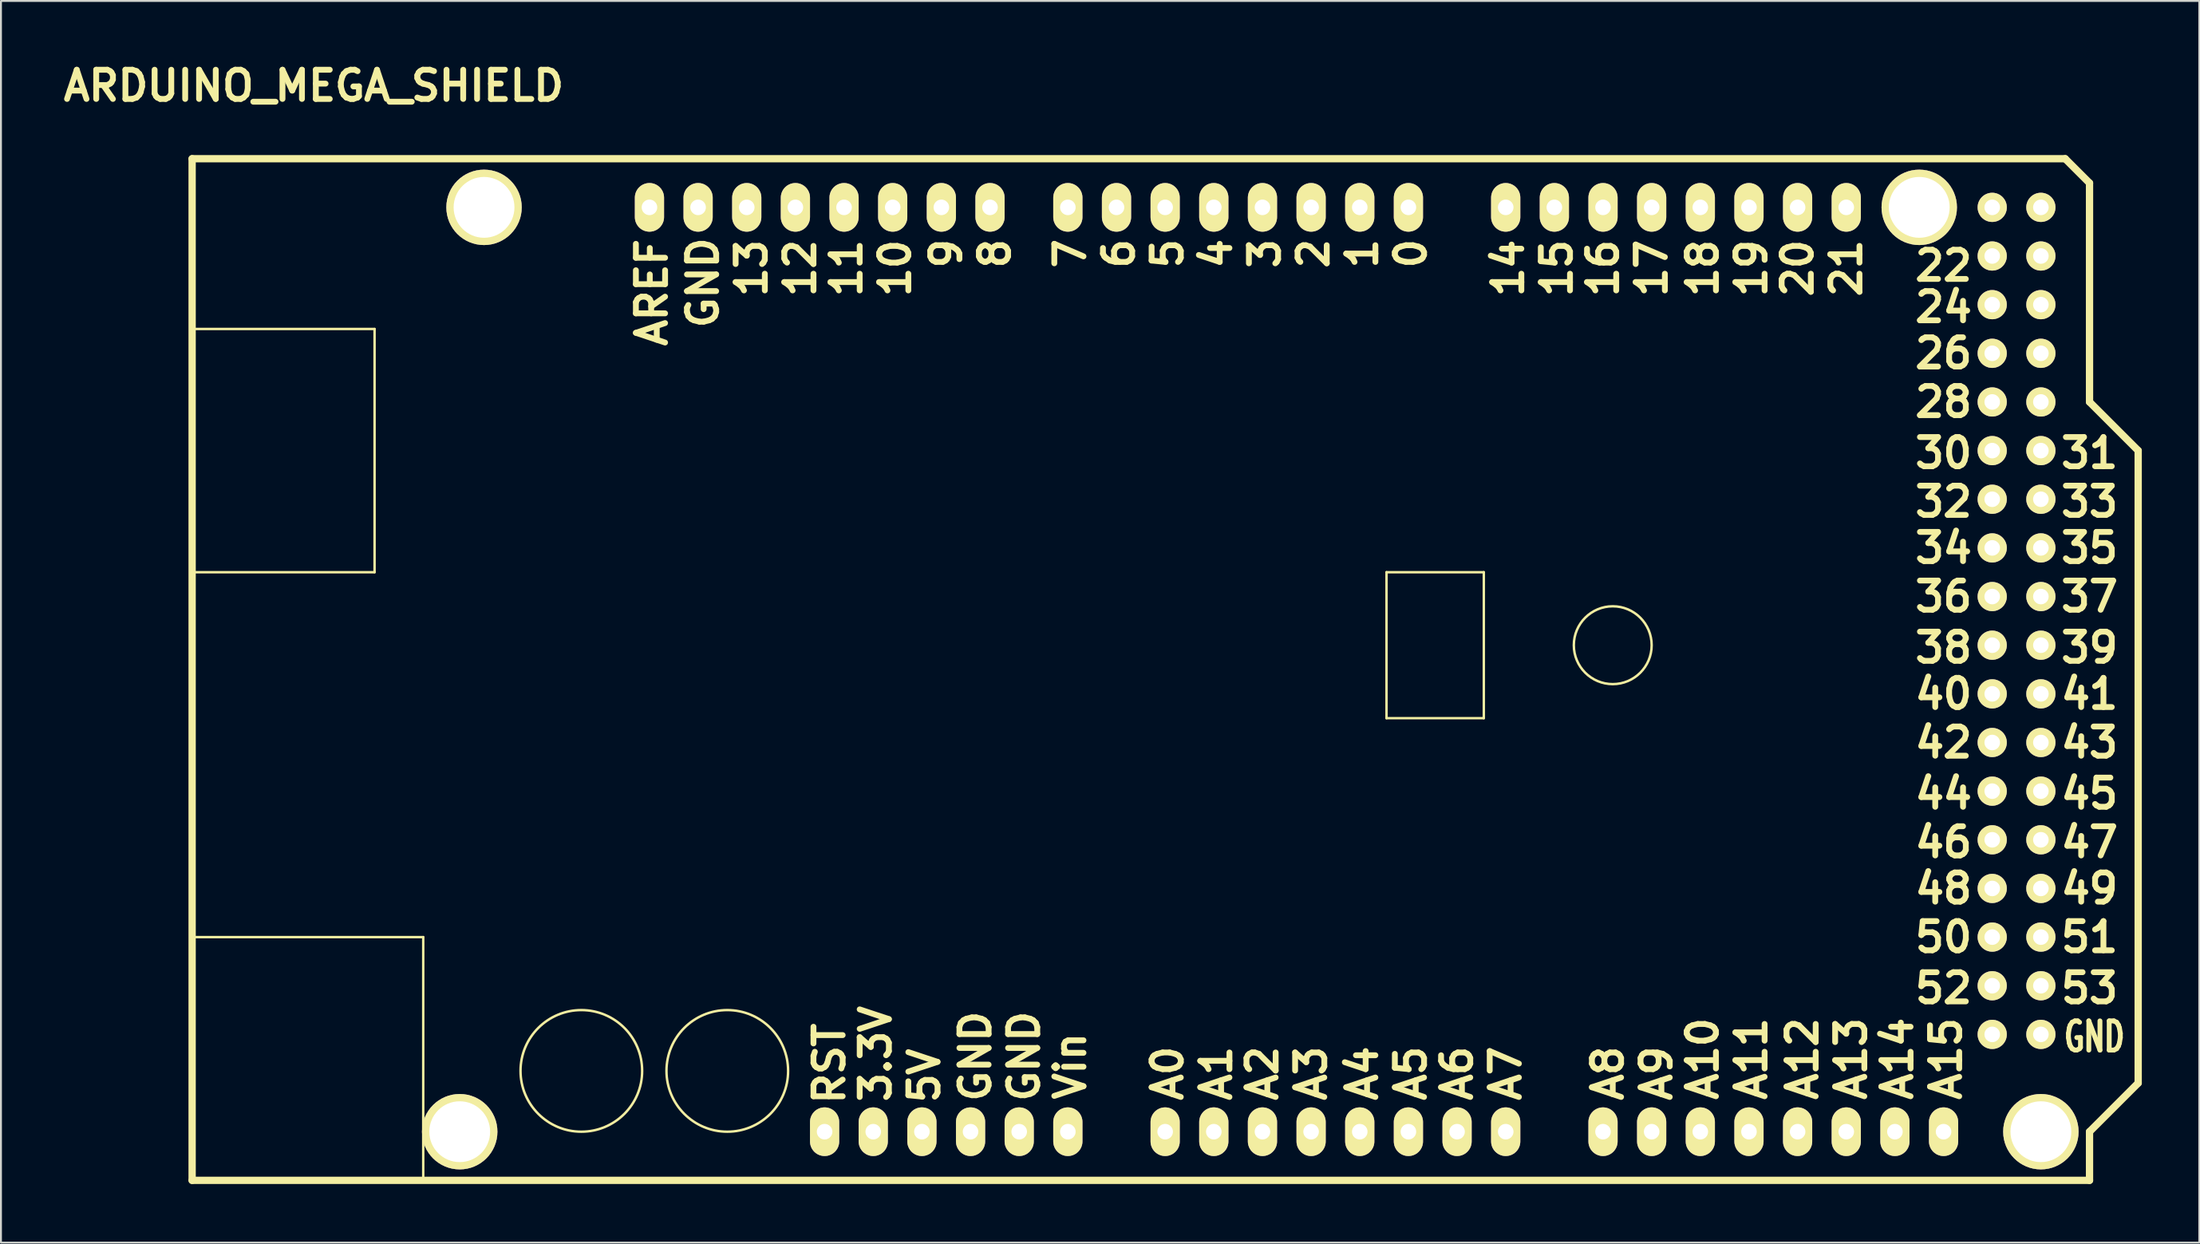
<source format=kicad_pcb>
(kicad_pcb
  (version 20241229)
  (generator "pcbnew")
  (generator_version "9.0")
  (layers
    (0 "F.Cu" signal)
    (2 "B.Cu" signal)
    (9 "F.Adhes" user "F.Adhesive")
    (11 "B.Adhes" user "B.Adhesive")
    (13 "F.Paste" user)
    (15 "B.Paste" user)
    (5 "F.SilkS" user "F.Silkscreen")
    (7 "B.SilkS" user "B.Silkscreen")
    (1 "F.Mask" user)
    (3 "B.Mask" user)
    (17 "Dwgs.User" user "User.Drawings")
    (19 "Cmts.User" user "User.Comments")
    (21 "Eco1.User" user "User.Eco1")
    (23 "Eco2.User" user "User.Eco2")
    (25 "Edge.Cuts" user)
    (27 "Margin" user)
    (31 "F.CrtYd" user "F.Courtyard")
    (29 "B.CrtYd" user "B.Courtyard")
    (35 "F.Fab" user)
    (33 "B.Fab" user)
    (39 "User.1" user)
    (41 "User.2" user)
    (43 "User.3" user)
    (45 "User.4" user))
  (footprint "ARDUINO_MEGA_SHIELD"
    (layer "F.Cu")
    (at 6.981 58.576)
    (property "Reference" "ARDUINO_MEGA_SHIELD" (at 6.35 -57.15 0) (layer "F.SilkS") (effects (font (size 1.524 1.524) (thickness 0.305))))
    (attr through_hole)
    (fp_line (start 0 -44.45) (end 9.525 -44.45) (stroke (width 0.127) (type solid)) (layer "F.SilkS"))
    (fp_line (start 0 -12.7) (end 12.065 -12.7) (stroke (width 0.127) (type solid)) (layer "F.SilkS"))
    (fp_line (start 0 0) (end 0 -53.34) (stroke (width 0.381) (type solid)) (layer "F.SilkS"))
    (fp_line (start 9.525 -44.45) (end 9.525 -31.75) (stroke (width 0.127) (type solid)) (layer "F.SilkS"))
    (fp_line (start 9.525 -31.75) (end 0 -31.75) (stroke (width 0.127) (type solid)) (layer "F.SilkS"))
    (fp_line (start 12.065 -12.7) (end 12.065 0) (stroke (width 0.127) (type solid)) (layer "F.SilkS"))
    (fp_line (start 62.357 -31.75) (end 62.357 -24.13) (stroke (width 0.127) (type solid)) (layer "F.SilkS"))
    (fp_line (start 62.357 -24.13) (end 67.437 -24.13) (stroke (width 0.127) (type solid)) (layer "F.SilkS"))
    (fp_line (start 67.437 -31.75) (end 62.357 -31.75) (stroke (width 0.127) (type solid)) (layer "F.SilkS"))
    (fp_line (start 67.437 -24.13) (end 67.437 -31.75) (stroke (width 0.127) (type solid)) (layer "F.SilkS"))
    (fp_line (start 97.79 -53.34) (end 0 -53.34) (stroke (width 0.381) (type solid)) (layer "F.SilkS"))
    (fp_line (start 99.06 -52.07) (end 97.79 -53.34) (stroke (width 0.381) (type solid)) (layer "F.SilkS"))
    (fp_line (start 99.06 -40.64) (end 99.06 -52.07) (stroke (width 0.381) (type solid)) (layer "F.SilkS"))
    (fp_line (start 99.06 -40.64) (end 101.6 -38.1) (stroke (width 0.381) (type solid)) (layer "F.SilkS"))
    (fp_line (start 99.06 -2.54) (end 99.06 0) (stroke (width 0.381) (type solid)) (layer "F.SilkS"))
    (fp_line (start 99.06 0) (end 0 0) (stroke (width 0.381) (type solid)) (layer "F.SilkS"))
    (fp_line (start 101.6 -38.1) (end 101.6 -5.08) (stroke (width 0.381) (type solid)) (layer "F.SilkS"))
    (fp_line (start 101.6 -5.08) (end 99.06 -2.54) (stroke (width 0.381) (type solid)) (layer "F.SilkS"))
    (fp_circle (center 20.32 -5.715) (end 23.495 -5.715) (stroke (width 0.127) (type solid)) (fill no) (layer "F.SilkS"))
    (fp_circle (center 27.94 -5.715) (end 31.115 -5.715) (stroke (width 0.127) (type solid)) (fill no) (layer "F.SilkS"))
    (fp_circle (center 74.168 -27.94) (end 76.2 -27.94) (stroke (width 0.127) (type solid)) (fill no) (layer "F.SilkS"))
    (fp_text user "13" (at 29.21 -47.625 90) (layer "F.SilkS") (effects (font (size 1.524 1.524) (thickness 0.305))))
    (fp_text user "A8" (at 73.914 -5.588 90) (layer "F.SilkS") (effects (font (size 1.524 1.524) (thickness 0.305))))
    (fp_text user "A15" (at 91.567 -6.35 90) (layer "F.SilkS") (effects (font (size 1.524 1.524) (thickness 0.305))))
    (fp_text user "38" (at 91.44 -27.813 0) (layer "F.SilkS") (effects (font (size 1.524 1.524) (thickness 0.305))))
    (fp_text user "12" (at 31.75 -47.625 90) (layer "F.SilkS") (effects (font (size 1.524 1.524) (thickness 0.305))))
    (fp_text user "40" (at 91.44 -25.4 0) (layer "F.SilkS") (effects (font (size 1.524 1.524) (thickness 0.305))))
    (fp_text user "49" (at 99.06 -15.24 0) (layer "F.SilkS") (effects (font (size 1.524 1.524) (thickness 0.305))))
    (fp_text user "14" (at 68.707 -47.625 90) (layer "F.SilkS") (effects (font (size 1.524 1.524) (thickness 0.305))))
    (fp_text user "51" (at 99.06 -12.7 0) (layer "F.SilkS") (effects (font (size 1.524 1.524) (thickness 0.305))))
    (fp_text user "16" (at 73.66 -47.625 90) (layer "F.SilkS") (effects (font (size 1.524 1.524) (thickness 0.305))))
    (fp_text user "34" (at 91.44 -33.02 0) (layer "F.SilkS") (effects (font (size 1.524 1.524) (thickness 0.305))))
    (fp_text user "A10" (at 78.867 -6.35 90) (layer "F.SilkS") (effects (font (size 1.524 1.524) (thickness 0.305))))
    (fp_text user "19" (at 81.407 -47.625 90) (layer "F.SilkS") (effects (font (size 1.524 1.524) (thickness 0.305))))
    (fp_text user "A3" (at 58.42 -5.588 90) (layer "F.SilkS") (effects (font (size 1.524 1.524) (thickness 0.305))))
    (fp_text user "A11" (at 81.407 -6.35 90) (layer "F.SilkS") (effects (font (size 1.524 1.524) (thickness 0.305))))
    (fp_text user "24" (at 91.44 -45.593 0) (layer "F.SilkS") (effects (font (size 1.524 1.524) (thickness 0.305))))
    (fp_text user "18" (at 78.867 -47.625 90) (layer "F.SilkS") (effects (font (size 1.524 1.524) (thickness 0.305))))
    (fp_text user "A7" (at 68.58 -5.588 90) (layer "F.SilkS") (effects (font (size 1.524 1.524) (thickness 0.305))))
    (fp_text user "43" (at 99.06 -22.86 0) (layer "F.SilkS") (effects (font (size 1.524 1.524) (thickness 0.305))))
    (fp_text user "6" (at 48.387 -48.387 90) (layer "F.SilkS") (effects (font (size 1.524 1.524) (thickness 0.305))))
    (fp_text user "A13" (at 86.614 -6.35 90) (layer "F.SilkS") (effects (font (size 1.524 1.524) (thickness 0.305))))
    (fp_text user "GND" (at 99.314 -7.493 0) (layer "F.SilkS") (effects (font (size 1.524 1.016) (thickness 0.254))))
    (fp_text user "A9" (at 76.454 -5.588 90) (layer "F.SilkS") (effects (font (size 1.524 1.524) (thickness 0.305))))
    (fp_text user "4" (at 53.467 -48.387 90) (layer "F.SilkS") (effects (font (size 1.524 1.524) (thickness 0.305))))
    (fp_text user "39" (at 99.06 -27.813 0) (layer "F.SilkS") (effects (font (size 1.524 1.524) (thickness 0.305))))
    (fp_text user "44" (at 91.44 -20.193 0) (layer "F.SilkS") (effects (font (size 1.524 1.524) (thickness 0.305))))
    (fp_text user "20" (at 83.82 -47.625 90) (layer "F.SilkS") (effects (font (size 1.524 1.524) (thickness 0.305))))
    (fp_text user "22" (at 91.44 -47.752 0) (layer "F.SilkS") (effects (font (size 1.524 1.524) (thickness 0.305))))
    (fp_text user "33" (at 99.06 -35.433 0) (layer "F.SilkS") (effects (font (size 1.524 1.524) (thickness 0.305))))
    (fp_text user "42" (at 91.44 -22.86 0) (layer "F.SilkS") (effects (font (size 1.524 1.524) (thickness 0.305))))
    (fp_text user "53" (at 99.06 -10.033 0) (layer "F.SilkS") (effects (font (size 1.524 1.524) (thickness 0.305))))
    (fp_text user "9" (at 39.37 -48.387 90) (layer "F.SilkS") (effects (font (size 1.524 1.524) (thickness 0.305))))
    (fp_text user "A1" (at 53.467 -5.588 90) (layer "F.SilkS") (effects (font (size 1.524 1.524) (thickness 0.305))))
    (fp_text user "50" (at 91.44 -12.7 0) (layer "F.SilkS") (effects (font (size 1.524 1.524) (thickness 0.305))))
    (fp_text user "31" (at 99.06 -37.973 0) (layer "F.SilkS") (effects (font (size 1.524 1.524) (thickness 0.305))))
    (fp_text user "32" (at 91.44 -35.433 0) (layer "F.SilkS") (effects (font (size 1.524 1.524) (thickness 0.305))))
    (fp_text user "2" (at 58.547 -48.387 90) (layer "F.SilkS") (effects (font (size 1.524 1.524) (thickness 0.305))))
    (fp_text user "15" (at 71.247 -47.625 90) (layer "F.SilkS") (effects (font (size 1.524 1.524) (thickness 0.305))))
    (fp_text user "45" (at 99.06 -20.193 0) (layer "F.SilkS") (effects (font (size 1.524 1.524) (thickness 0.305))))
    (fp_text user "GND" (at 26.67 -46.863 90) (layer "F.SilkS") (effects (font (size 1.524 1.524) (thickness 0.305))))
    (fp_text user "26" (at 91.44 -43.18 0) (layer "F.SilkS") (effects (font (size 1.524 1.524) (thickness 0.305))))
    (fp_text user "11" (at 34.163 -47.625 90) (layer "F.SilkS") (effects (font (size 1.524 1.524) (thickness 0.305))))
    (fp_text user "5" (at 50.927 -48.387 90) (layer "F.SilkS") (effects (font (size 1.524 1.524) (thickness 0.305))))
    (fp_text user "36" (at 91.44 -30.48 0) (layer "F.SilkS") (effects (font (size 1.524 1.524) (thickness 0.305))))
    (fp_text user "RST" (at 33.274 -6.096 90) (layer "F.SilkS") (effects (font (size 1.524 1.524) (thickness 0.305))))
    (fp_text user "28" (at 91.44 -40.64 0) (layer "F.SilkS") (effects (font (size 1.524 1.524) (thickness 0.305))))
    (fp_text user "A2" (at 55.88 -5.588 90) (layer "F.SilkS") (effects (font (size 1.524 1.524) (thickness 0.305))))
    (fp_text user "35" (at 99.06 -33.02 0) (layer "F.SilkS") (effects (font (size 1.524 1.524) (thickness 0.305))))
    (fp_text user "AREF" (at 24.003 -46.355 90) (layer "F.SilkS") (effects (font (size 1.524 1.524) (thickness 0.305))))
    (fp_text user "30" (at 91.44 -37.973 0) (layer "F.SilkS") (effects (font (size 1.524 1.524) (thickness 0.305))))
    (fp_text user "5V" (at 38.227 -5.461 90) (layer "F.SilkS") (effects (font (size 1.524 1.524) (thickness 0.305))))
    (fp_text user "GND" (at 43.434 -6.477 90) (layer "F.SilkS") (effects (font (size 1.524 1.524) (thickness 0.305))))
    (fp_text user "A4" (at 61.087 -5.588 90) (layer "F.SilkS") (effects (font (size 1.524 1.524) (thickness 0.305))))
    (fp_text user "8" (at 41.91 -48.387 90) (layer "F.SilkS") (effects (font (size 1.524 1.524) (thickness 0.305))))
    (fp_text user "37" (at 99.06 -30.48 0) (layer "F.SilkS") (effects (font (size 1.524 1.524) (thickness 0.305))))
    (fp_text user "GND" (at 40.894 -6.477 90) (layer "F.SilkS") (effects (font (size 1.524 1.524) (thickness 0.305))))
    (fp_text user "Vin" (at 45.847 -5.969 90) (layer "F.SilkS") (effects (font (size 1.524 1.524) (thickness 0.305))))
    (fp_text user "10" (at 36.703 -47.625 90) (layer "F.SilkS") (effects (font (size 1.524 1.524) (thickness 0.305))))
    (fp_text user "A12" (at 84.074 -6.35 90) (layer "F.SilkS") (effects (font (size 1.524 1.524) (thickness 0.305))))
    (fp_text user "A14" (at 89.027 -6.35 90) (layer "F.SilkS") (effects (font (size 1.524 1.524) (thickness 0.305))))
    (fp_text user "A0" (at 50.927 -5.588 90) (layer "F.SilkS") (effects (font (size 1.524 1.524) (thickness 0.305))))
    (fp_text user "7" (at 45.847 -48.387 90) (layer "F.SilkS") (effects (font (size 1.524 1.524) (thickness 0.305))))
    (fp_text user "47" (at 99.06 -17.653 0) (layer "F.SilkS") (effects (font (size 1.524 1.524) (thickness 0.305))))
    (fp_text user "0" (at 63.627 -48.387 90) (layer "F.SilkS") (effects (font (size 1.524 1.524) (thickness 0.305))))
    (fp_text user "A5" (at 63.627 -5.588 90) (layer "F.SilkS") (effects (font (size 1.524 1.524) (thickness 0.305))))
    (fp_text user "3" (at 56.007 -48.387 90) (layer "F.SilkS") (effects (font (size 1.524 1.524) (thickness 0.305))))
    (fp_text user "48" (at 91.44 -15.24 0) (layer "F.SilkS") (effects (font (size 1.524 1.524) (thickness 0.305))))
    (fp_text user "A6" (at 66.04 -5.588 90) (layer "F.SilkS") (effects (font (size 1.524 1.524) (thickness 0.305))))
    (fp_text user "17" (at 76.2 -47.625 90) (layer "F.SilkS") (effects (font (size 1.524 1.524) (thickness 0.305))))
    (fp_text user "1" (at 61.087 -48.387 90) (layer "F.SilkS") (effects (font (size 1.524 1.524) (thickness 0.305))))
    (fp_text user "21" (at 86.36 -47.625 90) (layer "F.SilkS") (effects (font (size 1.524 1.524) (thickness 0.305))))
    (fp_text user "3.3V" (at 35.687 -6.604 90) (layer "F.SilkS") (effects (font (size 1.524 1.524) (thickness 0.305))))
    (fp_text user "46" (at 91.44 -17.653 0) (layer "F.SilkS") (effects (font (size 1.524 1.524) (thickness 0.305))))
    (fp_text user "41" (at 99.06 -25.4 0) (layer "F.SilkS") (effects (font (size 1.524 1.524) (thickness 0.305))))
    (fp_text user "52" (at 91.44 -10.033 0) (layer "F.SilkS") (effects (font (size 1.524 1.524) (thickness 0.305))))
    (pad "" thru_hole circle (at 13.97 -2.54 90) (size 3.937 3.937) (drill 3.175) (layers "*.Cu" "*.Mask" "F.SilkS"))
    (pad "" thru_hole circle (at 15.24 -50.8 90) (size 3.937 3.937) (drill 3.175) (layers "*.Cu" "*.Mask" "F.SilkS"))
    (pad "" thru_hole circle (at 90.17 -50.8 90) (size 3.937 3.937) (drill 3.175) (layers "*.Cu" "*.Mask" "F.SilkS"))
    (pad "" thru_hole circle (at 96.52 -2.54 90) (size 3.937 3.937) (drill 3.175) (layers "*.Cu" "*.Mask" "F.SilkS"))
    (pad "0" thru_hole oval (at 63.5 -50.8 90) (size 2.54 1.524) (drill 0.813) (layers "*.Cu" "*.Mask" "F.SilkS"))
    (pad "1" thru_hole oval (at 60.96 -50.8 90) (size 2.54 1.524) (drill 0.813) (layers "*.Cu" "*.Mask" "F.SilkS"))
    (pad "2" thru_hole oval (at 58.42 -50.8 90) (size 2.54 1.524) (drill 0.813) (layers "*.Cu" "*.Mask" "F.SilkS"))
    (pad "3" thru_hole oval (at 55.88 -50.8 90) (size 2.54 1.524) (drill 0.813) (layers "*.Cu" "*.Mask" "F.SilkS"))
    (pad "3V3" thru_hole oval (at 35.56 -2.54 90) (size 2.54 1.524) (drill 0.813) (layers "*.Cu" "*.Mask" "F.SilkS"))
    (pad "4" thru_hole oval (at 53.34 -50.8 90) (size 2.54 1.524) (drill 0.813) (layers "*.Cu" "*.Mask" "F.SilkS"))
    (pad "5" thru_hole oval (at 50.8 -50.8 90) (size 2.54 1.524) (drill 0.813) (layers "*.Cu" "*.Mask" "F.SilkS"))
    (pad "5V" thru_hole oval (at 38.1 -2.54 90) (size 2.54 1.524) (drill 0.813) (layers "*.Cu" "*.Mask" "F.SilkS"))
    (pad "5V_4" thru_hole circle (at 93.98 -50.8) (size 1.524 1.524) (drill 0.813) (layers "*.Cu" "*.Mask" "F.SilkS"))
    (pad "5V_5" thru_hole circle (at 96.52 -50.8) (size 1.524 1.524) (drill 0.813) (layers "*.Cu" "*.Mask" "F.SilkS"))
    (pad "6" thru_hole oval (at 48.26 -50.8 90) (size 2.54 1.524) (drill 0.813) (layers "*.Cu" "*.Mask" "F.SilkS"))
    (pad "7" thru_hole oval (at 45.72 -50.8 90) (size 2.54 1.524) (drill 0.813) (layers "*.Cu" "*.Mask" "F.SilkS"))
    (pad "8" thru_hole oval (at 41.656 -50.8 90) (size 2.54 1.524) (drill 0.813) (layers "*.Cu" "*.Mask" "F.SilkS"))
    (pad "9" thru_hole oval (at 39.116 -50.8 90) (size 2.54 1.524) (drill 0.813) (layers "*.Cu" "*.Mask" "F.SilkS"))
    (pad "10" thru_hole oval (at 36.576 -50.8 90) (size 2.54 1.524) (drill 0.813) (layers "*.Cu" "*.Mask" "F.SilkS"))
    (pad "11" thru_hole oval (at 34.036 -50.8 90) (size 2.54 1.524) (drill 0.813) (layers "*.Cu" "*.Mask" "F.SilkS"))
    (pad "12" thru_hole oval (at 31.496 -50.8 90) (size 2.54 1.524) (drill 0.813) (layers "*.Cu" "*.Mask" "F.SilkS"))
    (pad "13" thru_hole oval (at 28.956 -50.8 90) (size 2.54 1.524) (drill 0.813) (layers "*.Cu" "*.Mask" "F.SilkS"))
    (pad "14" thru_hole oval (at 68.58 -50.8 90) (size 2.54 1.524) (drill 0.813) (layers "*.Cu" "*.Mask" "F.SilkS"))
    (pad "15" thru_hole oval (at 71.12 -50.8 90) (size 2.54 1.524) (drill 0.813) (layers "*.Cu" "*.Mask" "F.SilkS"))
    (pad "16" thru_hole oval (at 73.66 -50.8 90) (size 2.54 1.524) (drill 0.813) (layers "*.Cu" "*.Mask" "F.SilkS"))
    (pad "17" thru_hole oval (at 76.2 -50.8 90) (size 2.54 1.524) (drill 0.813) (layers "*.Cu" "*.Mask" "F.SilkS"))
    (pad "18" thru_hole oval (at 78.74 -50.8 90) (size 2.54 1.524) (drill 0.813) (layers "*.Cu" "*.Mask" "F.SilkS"))
    (pad "19" thru_hole oval (at 81.28 -50.8 90) (size 2.54 1.524) (drill 0.813) (layers "*.Cu" "*.Mask" "F.SilkS"))
    (pad "20" thru_hole oval (at 83.82 -50.8 90) (size 2.54 1.524) (drill 0.813) (layers "*.Cu" "*.Mask" "F.SilkS"))
    (pad "21" thru_hole oval (at 86.36 -50.8 90) (size 2.54 1.524) (drill 0.813) (layers "*.Cu" "*.Mask" "F.SilkS"))
    (pad "22" thru_hole circle (at 93.98 -48.26) (size 1.524 1.524) (drill 0.813) (layers "*.Cu" "*.Mask" "F.SilkS"))
    (pad "23" thru_hole circle (at 96.52 -48.26) (size 1.524 1.524) (drill 0.813) (layers "*.Cu" "*.Mask" "F.SilkS"))
    (pad "24" thru_hole circle (at 93.98 -45.72) (size 1.524 1.524) (drill 0.813) (layers "*.Cu" "*.Mask" "F.SilkS"))
    (pad "25" thru_hole circle (at 96.52 -45.72) (size 1.524 1.524) (drill 0.813) (layers "*.Cu" "*.Mask" "F.SilkS"))
    (pad "26" thru_hole circle (at 93.98 -43.18) (size 1.524 1.524) (drill 0.813) (layers "*.Cu" "*.Mask" "F.SilkS"))
    (pad "27" thru_hole circle (at 96.52 -43.18) (size 1.524 1.524) (drill 0.813) (layers "*.Cu" "*.Mask" "F.SilkS"))
    (pad "28" thru_hole circle (at 93.98 -40.64) (size 1.524 1.524) (drill 0.813) (layers "*.Cu" "*.Mask" "F.SilkS"))
    (pad "29" thru_hole circle (at 96.52 -40.64) (size 1.524 1.524) (drill 0.813) (layers "*.Cu" "*.Mask" "F.SilkS"))
    (pad "30" thru_hole circle (at 93.98 -38.1) (size 1.524 1.524) (drill 0.813) (layers "*.Cu" "*.Mask" "F.SilkS"))
    (pad "31" thru_hole circle (at 96.52 -38.1) (size 1.524 1.524) (drill 0.813) (layers "*.Cu" "*.Mask" "F.SilkS"))
    (pad "32" thru_hole circle (at 93.98 -35.56) (size 1.524 1.524) (drill 0.813) (layers "*.Cu" "*.Mask" "F.SilkS"))
    (pad "33" thru_hole circle (at 96.52 -35.56) (size 1.524 1.524) (drill 0.813) (layers "*.Cu" "*.Mask" "F.SilkS"))
    (pad "34" thru_hole circle (at 93.98 -33.02) (size 1.524 1.524) (drill 0.813) (layers "*.Cu" "*.Mask" "F.SilkS"))
    (pad "35" thru_hole circle (at 96.52 -33.02) (size 1.524 1.524) (drill 0.813) (layers "*.Cu" "*.Mask" "F.SilkS"))
    (pad "36" thru_hole circle (at 93.98 -30.48) (size 1.524 1.524) (drill 0.813) (layers "*.Cu" "*.Mask" "F.SilkS"))
    (pad "37" thru_hole circle (at 96.52 -30.48) (size 1.524 1.524) (drill 0.813) (layers "*.Cu" "*.Mask" "F.SilkS"))
    (pad "38" thru_hole circle (at 93.98 -27.94) (size 1.524 1.524) (drill 0.813) (layers "*.Cu" "*.Mask" "F.SilkS"))
    (pad "39" thru_hole circle (at 96.52 -27.94) (size 1.524 1.524) (drill 0.813) (layers "*.Cu" "*.Mask" "F.SilkS"))
    (pad "40" thru_hole circle (at 93.98 -25.4) (size 1.524 1.524) (drill 0.813) (layers "*.Cu" "*.Mask" "F.SilkS"))
    (pad "41" thru_hole circle (at 96.52 -25.4) (size 1.524 1.524) (drill 0.813) (layers "*.Cu" "*.Mask" "F.SilkS"))
    (pad "42" thru_hole circle (at 93.98 -22.86) (size 1.524 1.524) (drill 0.813) (layers "*.Cu" "*.Mask" "F.SilkS"))
    (pad "43" thru_hole circle (at 96.52 -22.86) (size 1.524 1.524) (drill 0.813) (layers "*.Cu" "*.Mask" "F.SilkS"))
    (pad "44" thru_hole circle (at 93.98 -20.32) (size 1.524 1.524) (drill 0.813) (layers "*.Cu" "*.Mask" "F.SilkS"))
    (pad "45" thru_hole circle (at 96.52 -20.32) (size 1.524 1.524) (drill 0.813) (layers "*.Cu" "*.Mask" "F.SilkS"))
    (pad "46" thru_hole circle (at 93.98 -17.78) (size 1.524 1.524) (drill 0.813) (layers "*.Cu" "*.Mask" "F.SilkS"))
    (pad "47" thru_hole circle (at 96.52 -17.78) (size 1.524 1.524) (drill 0.813) (layers "*.Cu" "*.Mask" "F.SilkS"))
    (pad "48" thru_hole circle (at 93.98 -15.24) (size 1.524 1.524) (drill 0.813) (layers "*.Cu" "*.Mask" "F.SilkS"))
    (pad "49" thru_hole circle (at 96.52 -15.24) (size 1.524 1.524) (drill 0.813) (layers "*.Cu" "*.Mask" "F.SilkS"))
    (pad "50" thru_hole circle (at 93.98 -12.7) (size 1.524 1.524) (drill 0.813) (layers "*.Cu" "*.Mask" "F.SilkS"))
    (pad "51" thru_hole circle (at 96.52 -12.7) (size 1.524 1.524) (drill 0.813) (layers "*.Cu" "*.Mask" "F.SilkS"))
    (pad "52" thru_hole circle (at 93.98 -10.16) (size 1.524 1.524) (drill 0.813) (layers "*.Cu" "*.Mask" "F.SilkS"))
    (pad "53" thru_hole circle (at 96.52 -10.16) (size 1.524 1.524) (drill 0.813) (layers "*.Cu" "*.Mask" "F.SilkS"))
    (pad "AD0" thru_hole oval (at 50.8 -2.54 90) (size 2.54 1.524) (drill 0.813) (layers "*.Cu" "*.Mask" "F.SilkS"))
    (pad "AD1" thru_hole oval (at 53.34 -2.54 90) (size 2.54 1.524) (drill 0.813) (layers "*.Cu" "*.Mask" "F.SilkS"))
    (pad "AD2" thru_hole oval (at 55.88 -2.54 90) (size 2.54 1.524) (drill 0.813) (layers "*.Cu" "*.Mask" "F.SilkS"))
    (pad "AD3" thru_hole oval (at 58.42 -2.54 90) (size 2.54 1.524) (drill 0.813) (layers "*.Cu" "*.Mask" "F.SilkS"))
    (pad "AD4" thru_hole oval (at 60.96 -2.54 90) (size 2.54 1.524) (drill 0.813) (layers "*.Cu" "*.Mask" "F.SilkS"))
    (pad "AD5" thru_hole oval (at 63.5 -2.54 90) (size 2.54 1.524) (drill 0.813) (layers "*.Cu" "*.Mask" "F.SilkS"))
    (pad "AD6" thru_hole oval (at 66.04 -2.54 90) (size 2.54 1.524) (drill 0.813) (layers "*.Cu" "*.Mask" "F.SilkS"))
    (pad "AD7" thru_hole oval (at 68.58 -2.54 90) (size 2.54 1.524) (drill 0.813) (layers "*.Cu" "*.Mask" "F.SilkS"))
    (pad "AD8" thru_hole oval (at 73.66 -2.54 90) (size 2.54 1.524) (drill 0.813) (layers "*.Cu" "*.Mask" "F.SilkS"))
    (pad "AD9" thru_hole oval (at 76.2 -2.54 90) (size 2.54 1.524) (drill 0.813) (layers "*.Cu" "*.Mask" "F.SilkS"))
    (pad "AD10" thru_hole oval (at 78.74 -2.54 90) (size 2.54 1.524) (drill 0.813) (layers "*.Cu" "*.Mask" "F.SilkS"))
    (pad "AD11" thru_hole oval (at 81.28 -2.54 90) (size 2.54 1.524) (drill 0.813) (layers "*.Cu" "*.Mask" "F.SilkS"))
    (pad "AD12" thru_hole oval (at 83.82 -2.54 90) (size 2.54 1.524) (drill 0.813) (layers "*.Cu" "*.Mask" "F.SilkS"))
    (pad "AD13" thru_hole oval (at 86.36 -2.54 90) (size 2.54 1.524) (drill 0.813) (layers "*.Cu" "*.Mask" "F.SilkS"))
    (pad "AD14" thru_hole oval (at 88.9 -2.54 90) (size 2.54 1.524) (drill 0.813) (layers "*.Cu" "*.Mask" "F.SilkS"))
    (pad "AD15" thru_hole oval (at 91.44 -2.54 90) (size 2.54 1.524) (drill 0.813) (layers "*.Cu" "*.Mask" "F.SilkS"))
    (pad "AREF" thru_hole oval (at 23.876 -50.8 90) (size 2.54 1.524) (drill 0.813) (layers "*.Cu" "*.Mask" "F.SilkS"))
    (pad "GND1" thru_hole oval (at 40.64 -2.54 90) (size 2.54 1.524) (drill 0.813) (layers "*.Cu" "*.Mask" "F.SilkS"))
    (pad "GND2" thru_hole oval (at 43.18 -2.54 90) (size 2.54 1.524) (drill 0.813) (layers "*.Cu" "*.Mask" "F.SilkS"))
    (pad "GND3" thru_hole oval (at 26.416 -50.8 90) (size 2.54 1.524) (drill 0.813) (layers "*.Cu" "*.Mask" "F.SilkS"))
    (pad "GND4" thru_hole circle (at 93.98 -7.62) (size 1.524 1.524) (drill 0.813) (layers "*.Cu" "*.Mask" "F.SilkS"))
    (pad "GND5" thru_hole circle (at 96.52 -7.62) (size 1.524 1.524) (drill 0.813) (layers "*.Cu" "*.Mask" "F.SilkS"))
    (pad "RST" thru_hole oval (at 33.02 -2.54 90) (size 2.54 1.524) (drill 0.813) (layers "*.Cu" "*.Mask" "F.SilkS"))
    (pad "V_IN" thru_hole oval (at 45.72 -2.54 90) (size 2.54 1.524) (drill 0.813) (layers "*.Cu" "*.Mask" "F.SilkS")))
  (gr_rect
    (start -3 -3)
    (end 111.772 61.826)
    (stroke (width 0.1) (type default))
    (fill no)
    (layer "Edge.Cuts")))
</source>
